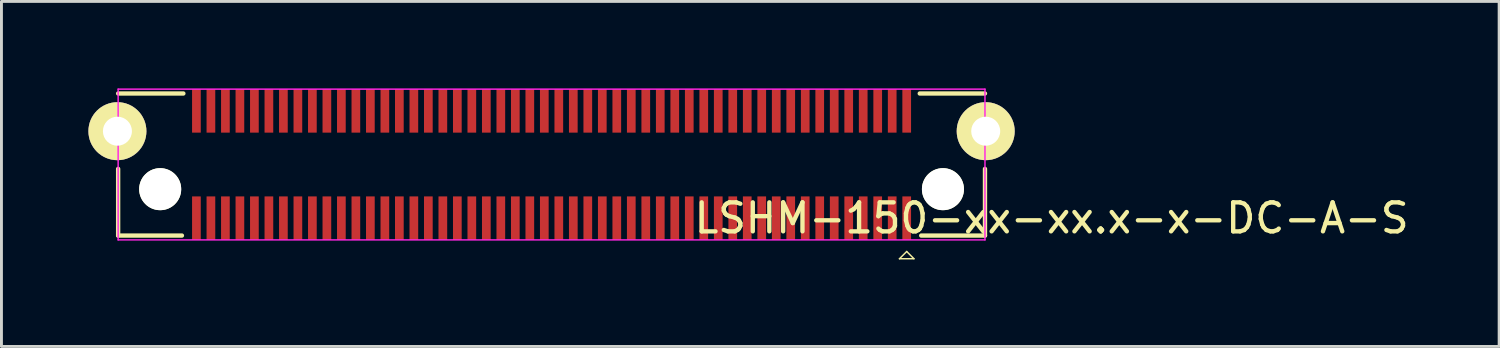
<source format=kicad_pcb>
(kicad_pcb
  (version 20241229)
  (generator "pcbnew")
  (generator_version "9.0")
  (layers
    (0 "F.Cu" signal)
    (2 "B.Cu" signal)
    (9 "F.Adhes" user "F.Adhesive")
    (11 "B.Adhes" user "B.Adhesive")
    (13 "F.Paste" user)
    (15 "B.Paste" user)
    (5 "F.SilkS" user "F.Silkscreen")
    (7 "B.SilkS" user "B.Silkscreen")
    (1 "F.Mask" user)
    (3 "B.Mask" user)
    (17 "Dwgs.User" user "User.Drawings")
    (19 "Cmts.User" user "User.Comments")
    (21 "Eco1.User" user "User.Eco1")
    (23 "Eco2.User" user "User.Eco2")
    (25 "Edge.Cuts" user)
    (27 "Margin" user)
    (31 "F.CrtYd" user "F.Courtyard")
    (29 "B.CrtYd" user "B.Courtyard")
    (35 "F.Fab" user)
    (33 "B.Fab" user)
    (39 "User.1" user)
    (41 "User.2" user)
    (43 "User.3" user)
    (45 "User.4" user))
  (footprint "LSHM-150-xx-xx.x-x-DC-A-S"
    (layer "F.Cu")
    (at 15.975 2.625)
    (property "Reference" "LSHM-150-xx-xx.x-x-DC-A-S" (at 17.25 1.85 0) (layer "F.SilkS") (effects (font (size 1 1) (thickness 0.15))))
    (attr smd)
    (fp_line (start -14.95 -2.45) (end -12.7 -2.45) (stroke (width 0.15) (type solid)) (layer "F.SilkS"))
    (fp_line (start -14.95 2.45) (end -14.95 0.15) (stroke (width 0.15) (type solid)) (layer "F.SilkS"))
    (fp_line (start -12.75 2.45) (end -14.95 2.45) (stroke (width 0.15) (type solid)) (layer "F.SilkS"))
    (fp_line (start 12 3.25) (end 12.5 3.25) (stroke (width 0.05) (type solid)) (layer "F.SilkS"))
    (fp_line (start 12.25 3) (end 12 3.25) (stroke (width 0.05) (type solid)) (layer "F.SilkS"))
    (fp_line (start 12.5 3.25) (end 12.25 3) (stroke (width 0.05) (type solid)) (layer "F.SilkS"))
    (fp_line (start 12.7 -2.45) (end 14.95 -2.45) (stroke (width 0.15) (type solid)) (layer "F.SilkS"))
    (fp_line (start 14.95 0.15) (end 14.95 2.45) (stroke (width 0.15) (type solid)) (layer "F.SilkS"))
    (fp_line (start 14.95 2.45) (end 12.75 2.45) (stroke (width 0.15) (type solid)) (layer "F.SilkS"))
    (fp_line (start -14.95 -2.6) (end -14.95 2.6) (stroke (width 0.05) (type solid)) (layer "F.CrtYd"))
    (fp_line (start -14.95 2.6) (end 14.95 2.6) (stroke (width 0.05) (type solid)) (layer "F.CrtYd"))
    (fp_line (start 14.95 -2.6) (end -14.95 -2.6) (stroke (width 0.05) (type solid)) (layer "F.CrtYd"))
    (fp_line (start 14.95 2.6) (end 14.95 -2.6) (stroke (width 0.05) (type solid)) (layer "F.CrtYd"))
    (pad "" np_thru_hole circle (at -13.5 0.85) (size 1.45 1.45) (drill 1.45) (layers "*.Cu" "*.Mask" "F.SilkS"))
    (pad "" np_thru_hole circle (at 13.5 0.85) (size 1.45 1.45) (drill 1.45) (layers "*.Cu" "*.Mask" "F.SilkS"))
    (pad "1" smd rect (at 12.25 1.85) (size 0.3 1.5) (layers "F.Cu" "F.Mask" "F.Paste"))
    (pad "2" smd rect (at 12.25 -1.85) (size 0.3 1.5) (layers "F.Cu" "F.Mask" "F.Paste"))
    (pad "3" smd rect (at 11.75 1.85) (size 0.3 1.5) (layers "F.Cu" "F.Mask" "F.Paste"))
    (pad "4" smd rect (at 11.75 -1.85) (size 0.3 1.5) (layers "F.Cu" "F.Mask" "F.Paste"))
    (pad "5" smd rect (at 11.25 1.85) (size 0.3 1.5) (layers "F.Cu" "F.Mask" "F.Paste"))
    (pad "6" smd rect (at 11.25 -1.85) (size 0.3 1.5) (layers "F.Cu" "F.Mask" "F.Paste"))
    (pad "7" smd rect (at 10.75 1.85) (size 0.3 1.5) (layers "F.Cu" "F.Mask" "F.Paste"))
    (pad "8" smd rect (at 10.75 -1.85) (size 0.3 1.5) (layers "F.Cu" "F.Mask" "F.Paste"))
    (pad "9" smd rect (at 10.25 1.85) (size 0.3 1.5) (layers "F.Cu" "F.Mask" "F.Paste"))
    (pad "10" smd rect (at 10.25 -1.85) (size 0.3 1.5) (layers "F.Cu" "F.Mask" "F.Paste"))
    (pad "11" smd rect (at 9.75 1.85) (size 0.3 1.5) (layers "F.Cu" "F.Mask" "F.Paste"))
    (pad "12" smd rect (at 9.75 -1.85) (size 0.3 1.5) (layers "F.Cu" "F.Mask" "F.Paste"))
    (pad "13" smd rect (at 9.25 1.85) (size 0.3 1.5) (layers "F.Cu" "F.Mask" "F.Paste"))
    (pad "14" smd rect (at 9.25 -1.85) (size 0.3 1.5) (layers "F.Cu" "F.Mask" "F.Paste"))
    (pad "15" smd rect (at 8.75 1.85) (size 0.3 1.5) (layers "F.Cu" "F.Mask" "F.Paste"))
    (pad "16" smd rect (at 8.75 -1.85) (size 0.3 1.5) (layers "F.Cu" "F.Mask" "F.Paste"))
    (pad "17" smd rect (at 8.25 1.85) (size 0.3 1.5) (layers "F.Cu" "F.Mask" "F.Paste"))
    (pad "18" smd rect (at 8.25 -1.85) (size 0.3 1.5) (layers "F.Cu" "F.Mask" "F.Paste"))
    (pad "19" smd rect (at 7.75 1.85) (size 0.3 1.5) (layers "F.Cu" "F.Mask" "F.Paste"))
    (pad "20" smd rect (at 7.75 -1.85) (size 0.3 1.5) (layers "F.Cu" "F.Mask" "F.Paste"))
    (pad "21" smd rect (at 7.25 1.85) (size 0.3 1.5) (layers "F.Cu" "F.Mask" "F.Paste"))
    (pad "22" smd rect (at 7.25 -1.85) (size 0.3 1.5) (layers "F.Cu" "F.Mask" "F.Paste"))
    (pad "23" smd rect (at 6.75 1.85) (size 0.3 1.5) (layers "F.Cu" "F.Mask" "F.Paste"))
    (pad "24" smd rect (at 6.75 -1.85) (size 0.3 1.5) (layers "F.Cu" "F.Mask" "F.Paste"))
    (pad "25" smd rect (at 6.25 1.85) (size 0.3 1.5) (layers "F.Cu" "F.Mask" "F.Paste"))
    (pad "26" smd rect (at 6.25 -1.85) (size 0.3 1.5) (layers "F.Cu" "F.Mask" "F.Paste"))
    (pad "27" smd rect (at 5.75 1.85) (size 0.3 1.5) (layers "F.Cu" "F.Mask" "F.Paste"))
    (pad "28" smd rect (at 5.75 -1.85) (size 0.3 1.5) (layers "F.Cu" "F.Mask" "F.Paste"))
    (pad "29" smd rect (at 5.25 1.85) (size 0.3 1.5) (layers "F.Cu" "F.Mask" "F.Paste"))
    (pad "30" smd rect (at 5.25 -1.85) (size 0.3 1.5) (layers "F.Cu" "F.Mask" "F.Paste"))
    (pad "31" smd rect (at 4.75 1.85) (size 0.3 1.5) (layers "F.Cu" "F.Mask" "F.Paste"))
    (pad "32" smd rect (at 4.75 -1.85) (size 0.3 1.5) (layers "F.Cu" "F.Mask" "F.Paste"))
    (pad "33" smd rect (at 4.25 1.85) (size 0.3 1.5) (layers "F.Cu" "F.Mask" "F.Paste"))
    (pad "34" smd rect (at 4.25 -1.85) (size 0.3 1.5) (layers "F.Cu" "F.Mask" "F.Paste"))
    (pad "35" smd rect (at 3.75 1.85) (size 0.3 1.5) (layers "F.Cu" "F.Mask" "F.Paste"))
    (pad "36" smd rect (at 3.75 -1.85) (size 0.3 1.5) (layers "F.Cu" "F.Mask" "F.Paste"))
    (pad "37" smd rect (at 3.25 1.85) (size 0.3 1.5) (layers "F.Cu" "F.Mask" "F.Paste"))
    (pad "38" smd rect (at 3.25 -1.85) (size 0.3 1.5) (layers "F.Cu" "F.Mask" "F.Paste"))
    (pad "39" smd rect (at 2.75 1.85) (size 0.3 1.5) (layers "F.Cu" "F.Mask" "F.Paste"))
    (pad "40" smd rect (at 2.75 -1.85) (size 0.3 1.5) (layers "F.Cu" "F.Mask" "F.Paste"))
    (pad "41" smd rect (at 2.25 1.85) (size 0.3 1.5) (layers "F.Cu" "F.Mask" "F.Paste"))
    (pad "42" smd rect (at 2.25 -1.85) (size 0.3 1.5) (layers "F.Cu" "F.Mask" "F.Paste"))
    (pad "43" smd rect (at 1.75 1.85) (size 0.3 1.5) (layers "F.Cu" "F.Mask" "F.Paste"))
    (pad "44" smd rect (at 1.75 -1.85) (size 0.3 1.5) (layers "F.Cu" "F.Mask" "F.Paste"))
    (pad "45" smd rect (at 1.25 1.85) (size 0.3 1.5) (layers "F.Cu" "F.Mask" "F.Paste"))
    (pad "46" smd rect (at 1.25 -1.85) (size 0.3 1.5) (layers "F.Cu" "F.Mask" "F.Paste"))
    (pad "47" smd rect (at 0.75 1.85) (size 0.3 1.5) (layers "F.Cu" "F.Mask" "F.Paste"))
    (pad "48" smd rect (at 0.75 -1.85) (size 0.3 1.5) (layers "F.Cu" "F.Mask" "F.Paste"))
    (pad "49" smd rect (at 0.25 1.85) (size 0.3 1.5) (layers "F.Cu" "F.Mask" "F.Paste"))
    (pad "50" smd rect (at 0.25 -1.85) (size 0.3 1.5) (layers "F.Cu" "F.Mask" "F.Paste"))
    (pad "51" smd rect (at -0.25 1.85) (size 0.3 1.5) (layers "F.Cu" "F.Mask" "F.Paste"))
    (pad "52" smd rect (at -0.25 -1.85) (size 0.3 1.5) (layers "F.Cu" "F.Mask" "F.Paste"))
    (pad "53" smd rect (at -0.75 1.85) (size 0.3 1.5) (layers "F.Cu" "F.Mask" "F.Paste"))
    (pad "54" smd rect (at -0.75 -1.85) (size 0.3 1.5) (layers "F.Cu" "F.Mask" "F.Paste"))
    (pad "55" smd rect (at -1.25 1.85) (size 0.3 1.5) (layers "F.Cu" "F.Mask" "F.Paste"))
    (pad "56" smd rect (at -1.25 -1.85) (size 0.3 1.5) (layers "F.Cu" "F.Mask" "F.Paste"))
    (pad "57" smd rect (at -1.75 1.85) (size 0.3 1.5) (layers "F.Cu" "F.Mask" "F.Paste"))
    (pad "58" smd rect (at -1.75 -1.85) (size 0.3 1.5) (layers "F.Cu" "F.Mask" "F.Paste"))
    (pad "59" smd rect (at -2.25 1.85) (size 0.3 1.5) (layers "F.Cu" "F.Mask" "F.Paste"))
    (pad "60" smd rect (at -2.25 -1.85) (size 0.3 1.5) (layers "F.Cu" "F.Mask" "F.Paste"))
    (pad "61" smd rect (at -2.75 1.85) (size 0.3 1.5) (layers "F.Cu" "F.Mask" "F.Paste"))
    (pad "62" smd rect (at -2.75 -1.85) (size 0.3 1.5) (layers "F.Cu" "F.Mask" "F.Paste"))
    (pad "63" smd rect (at -3.25 1.85) (size 0.3 1.5) (layers "F.Cu" "F.Mask" "F.Paste"))
    (pad "64" smd rect (at -3.25 -1.85) (size 0.3 1.5) (layers "F.Cu" "F.Mask" "F.Paste"))
    (pad "65" smd rect (at -3.75 1.85) (size 0.3 1.5) (layers "F.Cu" "F.Mask" "F.Paste"))
    (pad "66" smd rect (at -3.75 -1.85) (size 0.3 1.5) (layers "F.Cu" "F.Mask" "F.Paste"))
    (pad "67" smd rect (at -4.25 1.85) (size 0.3 1.5) (layers "F.Cu" "F.Mask" "F.Paste"))
    (pad "68" smd rect (at -4.25 -1.85) (size 0.3 1.5) (layers "F.Cu" "F.Mask" "F.Paste"))
    (pad "69" smd rect (at -4.75 1.85) (size 0.3 1.5) (layers "F.Cu" "F.Mask" "F.Paste"))
    (pad "70" smd rect (at -4.75 -1.85) (size 0.3 1.5) (layers "F.Cu" "F.Mask" "F.Paste"))
    (pad "71" smd rect (at -5.25 1.85) (size 0.3 1.5) (layers "F.Cu" "F.Mask" "F.Paste"))
    (pad "72" smd rect (at -5.25 -1.85) (size 0.3 1.5) (layers "F.Cu" "F.Mask" "F.Paste"))
    (pad "73" smd rect (at -5.75 1.85) (size 0.3 1.5) (layers "F.Cu" "F.Mask" "F.Paste"))
    (pad "74" smd rect (at -5.75 -1.85) (size 0.3 1.5) (layers "F.Cu" "F.Mask" "F.Paste"))
    (pad "75" smd rect (at -6.25 1.85) (size 0.3 1.5) (layers "F.Cu" "F.Mask" "F.Paste"))
    (pad "76" smd rect (at -6.25 -1.85) (size 0.3 1.5) (layers "F.Cu" "F.Mask" "F.Paste"))
    (pad "77" smd rect (at -6.75 1.85) (size 0.3 1.5) (layers "F.Cu" "F.Mask" "F.Paste"))
    (pad "78" smd rect (at -6.75 -1.85) (size 0.3 1.5) (layers "F.Cu" "F.Mask" "F.Paste"))
    (pad "79" smd rect (at -7.25 1.85) (size 0.3 1.5) (layers "F.Cu" "F.Mask" "F.Paste"))
    (pad "80" smd rect (at -7.25 -1.85) (size 0.3 1.5) (layers "F.Cu" "F.Mask" "F.Paste"))
    (pad "81" smd rect (at -7.75 1.85) (size 0.3 1.5) (layers "F.Cu" "F.Mask" "F.Paste"))
    (pad "82" smd rect (at -7.75 -1.85) (size 0.3 1.5) (layers "F.Cu" "F.Mask" "F.Paste"))
    (pad "83" smd rect (at -8.25 1.85) (size 0.3 1.5) (layers "F.Cu" "F.Mask" "F.Paste"))
    (pad "84" smd rect (at -8.25 -1.85) (size 0.3 1.5) (layers "F.Cu" "F.Mask" "F.Paste"))
    (pad "85" smd rect (at -8.75 1.85) (size 0.3 1.5) (layers "F.Cu" "F.Mask" "F.Paste"))
    (pad "86" smd rect (at -8.75 -1.85) (size 0.3 1.5) (layers "F.Cu" "F.Mask" "F.Paste"))
    (pad "87" smd rect (at -9.25 1.85) (size 0.3 1.5) (layers "F.Cu" "F.Mask" "F.Paste"))
    (pad "88" smd rect (at -9.25 -1.85) (size 0.3 1.5) (layers "F.Cu" "F.Mask" "F.Paste"))
    (pad "89" smd rect (at -9.75 1.85) (size 0.3 1.5) (layers "F.Cu" "F.Mask" "F.Paste"))
    (pad "90" smd rect (at -9.75 -1.85) (size 0.3 1.5) (layers "F.Cu" "F.Mask" "F.Paste"))
    (pad "91" smd rect (at -10.25 1.85) (size 0.3 1.5) (layers "F.Cu" "F.Mask" "F.Paste"))
    (pad "92" smd rect (at -10.25 -1.85) (size 0.3 1.5) (layers "F.Cu" "F.Mask" "F.Paste"))
    (pad "93" smd rect (at -10.75 1.85) (size 0.3 1.5) (layers "F.Cu" "F.Mask" "F.Paste"))
    (pad "94" smd rect (at -10.75 -1.85) (size 0.3 1.5) (layers "F.Cu" "F.Mask" "F.Paste"))
    (pad "95" smd rect (at -11.25 1.85) (size 0.3 1.5) (layers "F.Cu" "F.Mask" "F.Paste"))
    (pad "96" smd rect (at -11.25 -1.85) (size 0.3 1.5) (layers "F.Cu" "F.Mask" "F.Paste"))
    (pad "97" smd rect (at -11.75 1.85) (size 0.3 1.5) (layers "F.Cu" "F.Mask" "F.Paste"))
    (pad "98" smd rect (at -11.75 -1.85) (size 0.3 1.5) (layers "F.Cu" "F.Mask" "F.Paste"))
    (pad "99" smd rect (at -12.25 1.85) (size 0.3 1.5) (layers "F.Cu" "F.Mask" "F.Paste"))
    (pad "100" smd rect (at -12.25 -1.85) (size 0.3 1.5) (layers "F.Cu" "F.Mask" "F.Paste"))
    (pad "101" thru_hole circle (at -14.975 -1.15) (size 2 2) (drill 1) (layers "*.Cu" "*.Mask" "F.SilkS"))
    (pad "101" thru_hole circle (at 14.975 -1.15) (size 2 2) (drill 1) (layers "*.Cu" "*.Mask" "F.SilkS")))
  (gr_rect
    (start -3 -3)
    (end 48.66 8.9)
    (stroke (width 0.1) (type default))
    (fill no)
    (layer "Edge.Cuts")))
</source>
